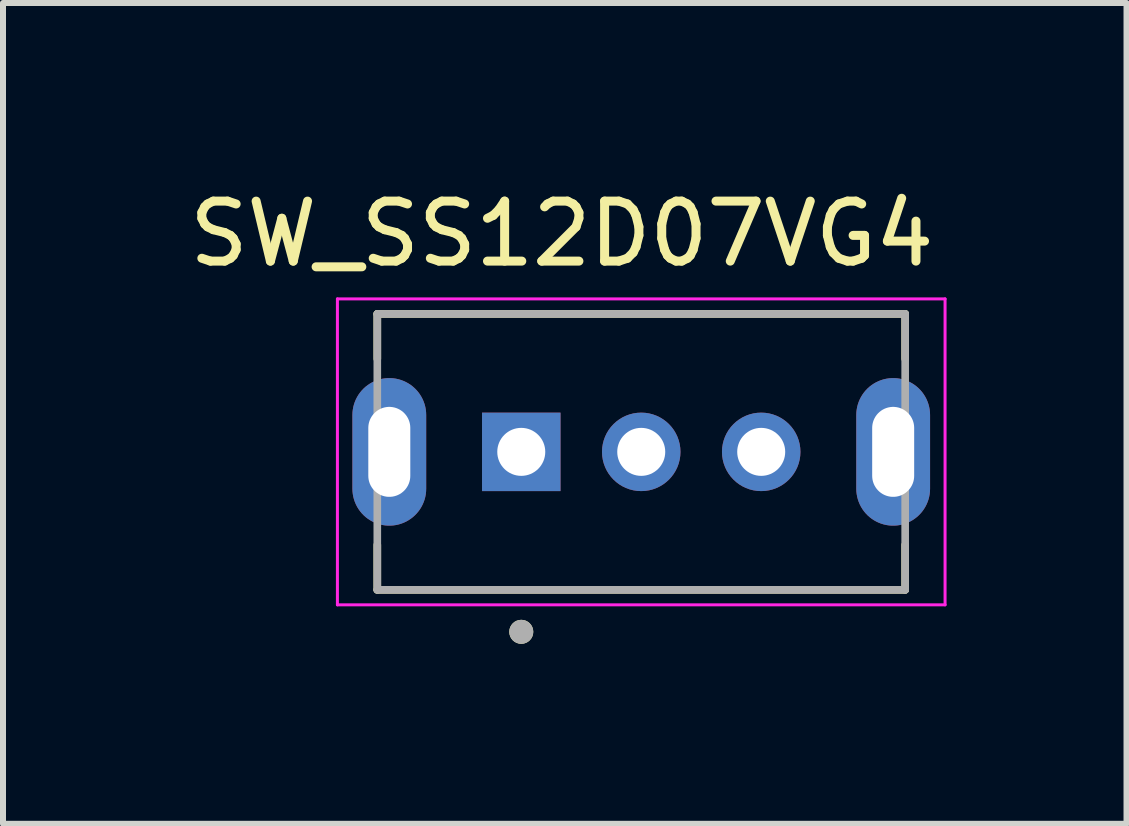
<source format=kicad_pcb>
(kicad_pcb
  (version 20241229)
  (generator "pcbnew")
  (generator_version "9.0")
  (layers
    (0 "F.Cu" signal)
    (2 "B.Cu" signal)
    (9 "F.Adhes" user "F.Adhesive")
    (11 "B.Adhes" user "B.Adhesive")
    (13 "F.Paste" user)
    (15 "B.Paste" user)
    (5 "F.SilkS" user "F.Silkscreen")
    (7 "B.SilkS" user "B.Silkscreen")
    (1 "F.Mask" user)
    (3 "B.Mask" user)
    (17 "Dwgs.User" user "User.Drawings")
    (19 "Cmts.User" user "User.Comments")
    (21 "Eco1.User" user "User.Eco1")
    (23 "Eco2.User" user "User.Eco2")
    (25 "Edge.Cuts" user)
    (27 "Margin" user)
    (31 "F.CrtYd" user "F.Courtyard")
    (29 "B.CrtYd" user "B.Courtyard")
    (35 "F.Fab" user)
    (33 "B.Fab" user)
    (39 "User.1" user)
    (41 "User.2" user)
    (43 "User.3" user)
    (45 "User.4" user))
  (footprint "SW_SS12D07VG4"
    (layer "F.Cu")
    (at 7.64 4.483)
    (property "Reference" "SW_SS12D07VG4" (at -1.325 -3.635 0) (layer "F.SilkS") (effects (font (size 1 1) (thickness 0.15))))
    (attr through_hole)
    (fp_line (start -4.4 -2.3) (end -4.4 -1.55) (stroke (width 0.127) (type solid)) (layer "F.SilkS"))
    (fp_line (start -4.4 2.3) (end -4.4 1.55) (stroke (width 0.127) (type solid)) (layer "F.SilkS"))
    (fp_line (start -4.4 2.3) (end 4.4 2.3) (stroke (width 0.127) (type solid)) (layer "F.SilkS"))
    (fp_line (start 4.4 -2.3) (end -4.4 -2.3) (stroke (width 0.127) (type solid)) (layer "F.SilkS"))
    (fp_line (start 4.4 -2.3) (end 4.4 -1.55) (stroke (width 0.127) (type solid)) (layer "F.SilkS"))
    (fp_line (start 4.4 2.3) (end 4.4 1.55) (stroke (width 0.127) (type solid)) (layer "F.SilkS"))
    (fp_circle (center -2 3) (end -1.9 3) (stroke (width 0.2) (type solid)) (fill no) (layer "F.SilkS"))
    (fp_line (start -5.065 -2.55) (end -5.065 2.55) (stroke (width 0.05) (type solid)) (layer "F.CrtYd"))
    (fp_line (start -5.065 2.55) (end 5.065 2.55) (stroke (width 0.05) (type solid)) (layer "F.CrtYd"))
    (fp_line (start 5.065 -2.55) (end -5.065 -2.55) (stroke (width 0.05) (type solid)) (layer "F.CrtYd"))
    (fp_line (start 5.065 2.55) (end 5.065 -2.55) (stroke (width 0.05) (type solid)) (layer "F.CrtYd"))
    (fp_line (start -4.4 -2.3) (end -4.4 2.3) (stroke (width 0.127) (type solid)) (layer "F.Fab"))
    (fp_line (start -4.4 2.3) (end 4.4 2.3) (stroke (width 0.127) (type solid)) (layer "F.Fab"))
    (fp_line (start 4.4 -2.3) (end -4.4 -2.3) (stroke (width 0.127) (type solid)) (layer "F.Fab"))
    (fp_line (start 4.4 2.3) (end 4.4 -2.3) (stroke (width 0.127) (type solid)) (layer "F.Fab"))
    (fp_circle (center -2 3) (end -1.9 3) (stroke (width 0.2) (type solid)) (fill no) (layer "F.Fab"))
    (pad "1" thru_hole rect (at -2 0) (size 1.308 1.308) (drill 0.8) (layers "*.Cu" "*.Mask"))
    (pad "2" thru_hole circle (at 0 0) (size 1.308 1.308) (drill 0.8) (layers "*.Cu" "*.Mask"))
    (pad "3" thru_hole circle (at 2 0) (size 1.308 1.308) (drill 0.8) (layers "*.Cu" "*.Mask"))
    (pad "S1" thru_hole oval (at -4.2 0) (size 1.23 2.46) (drill oval 0.7 1.5) (layers "*.Cu" "*.Mask"))
    (pad "S2" thru_hole oval (at 4.2 0) (size 1.23 2.46) (drill oval 0.7 1.5) (layers "*.Cu" "*.Mask")))
  (gr_rect
    (start -3 -3)
    (end 15.73 10.683)
    (stroke (width 0.1) (type default))
    (fill no)
    (layer "Edge.Cuts")))
</source>
